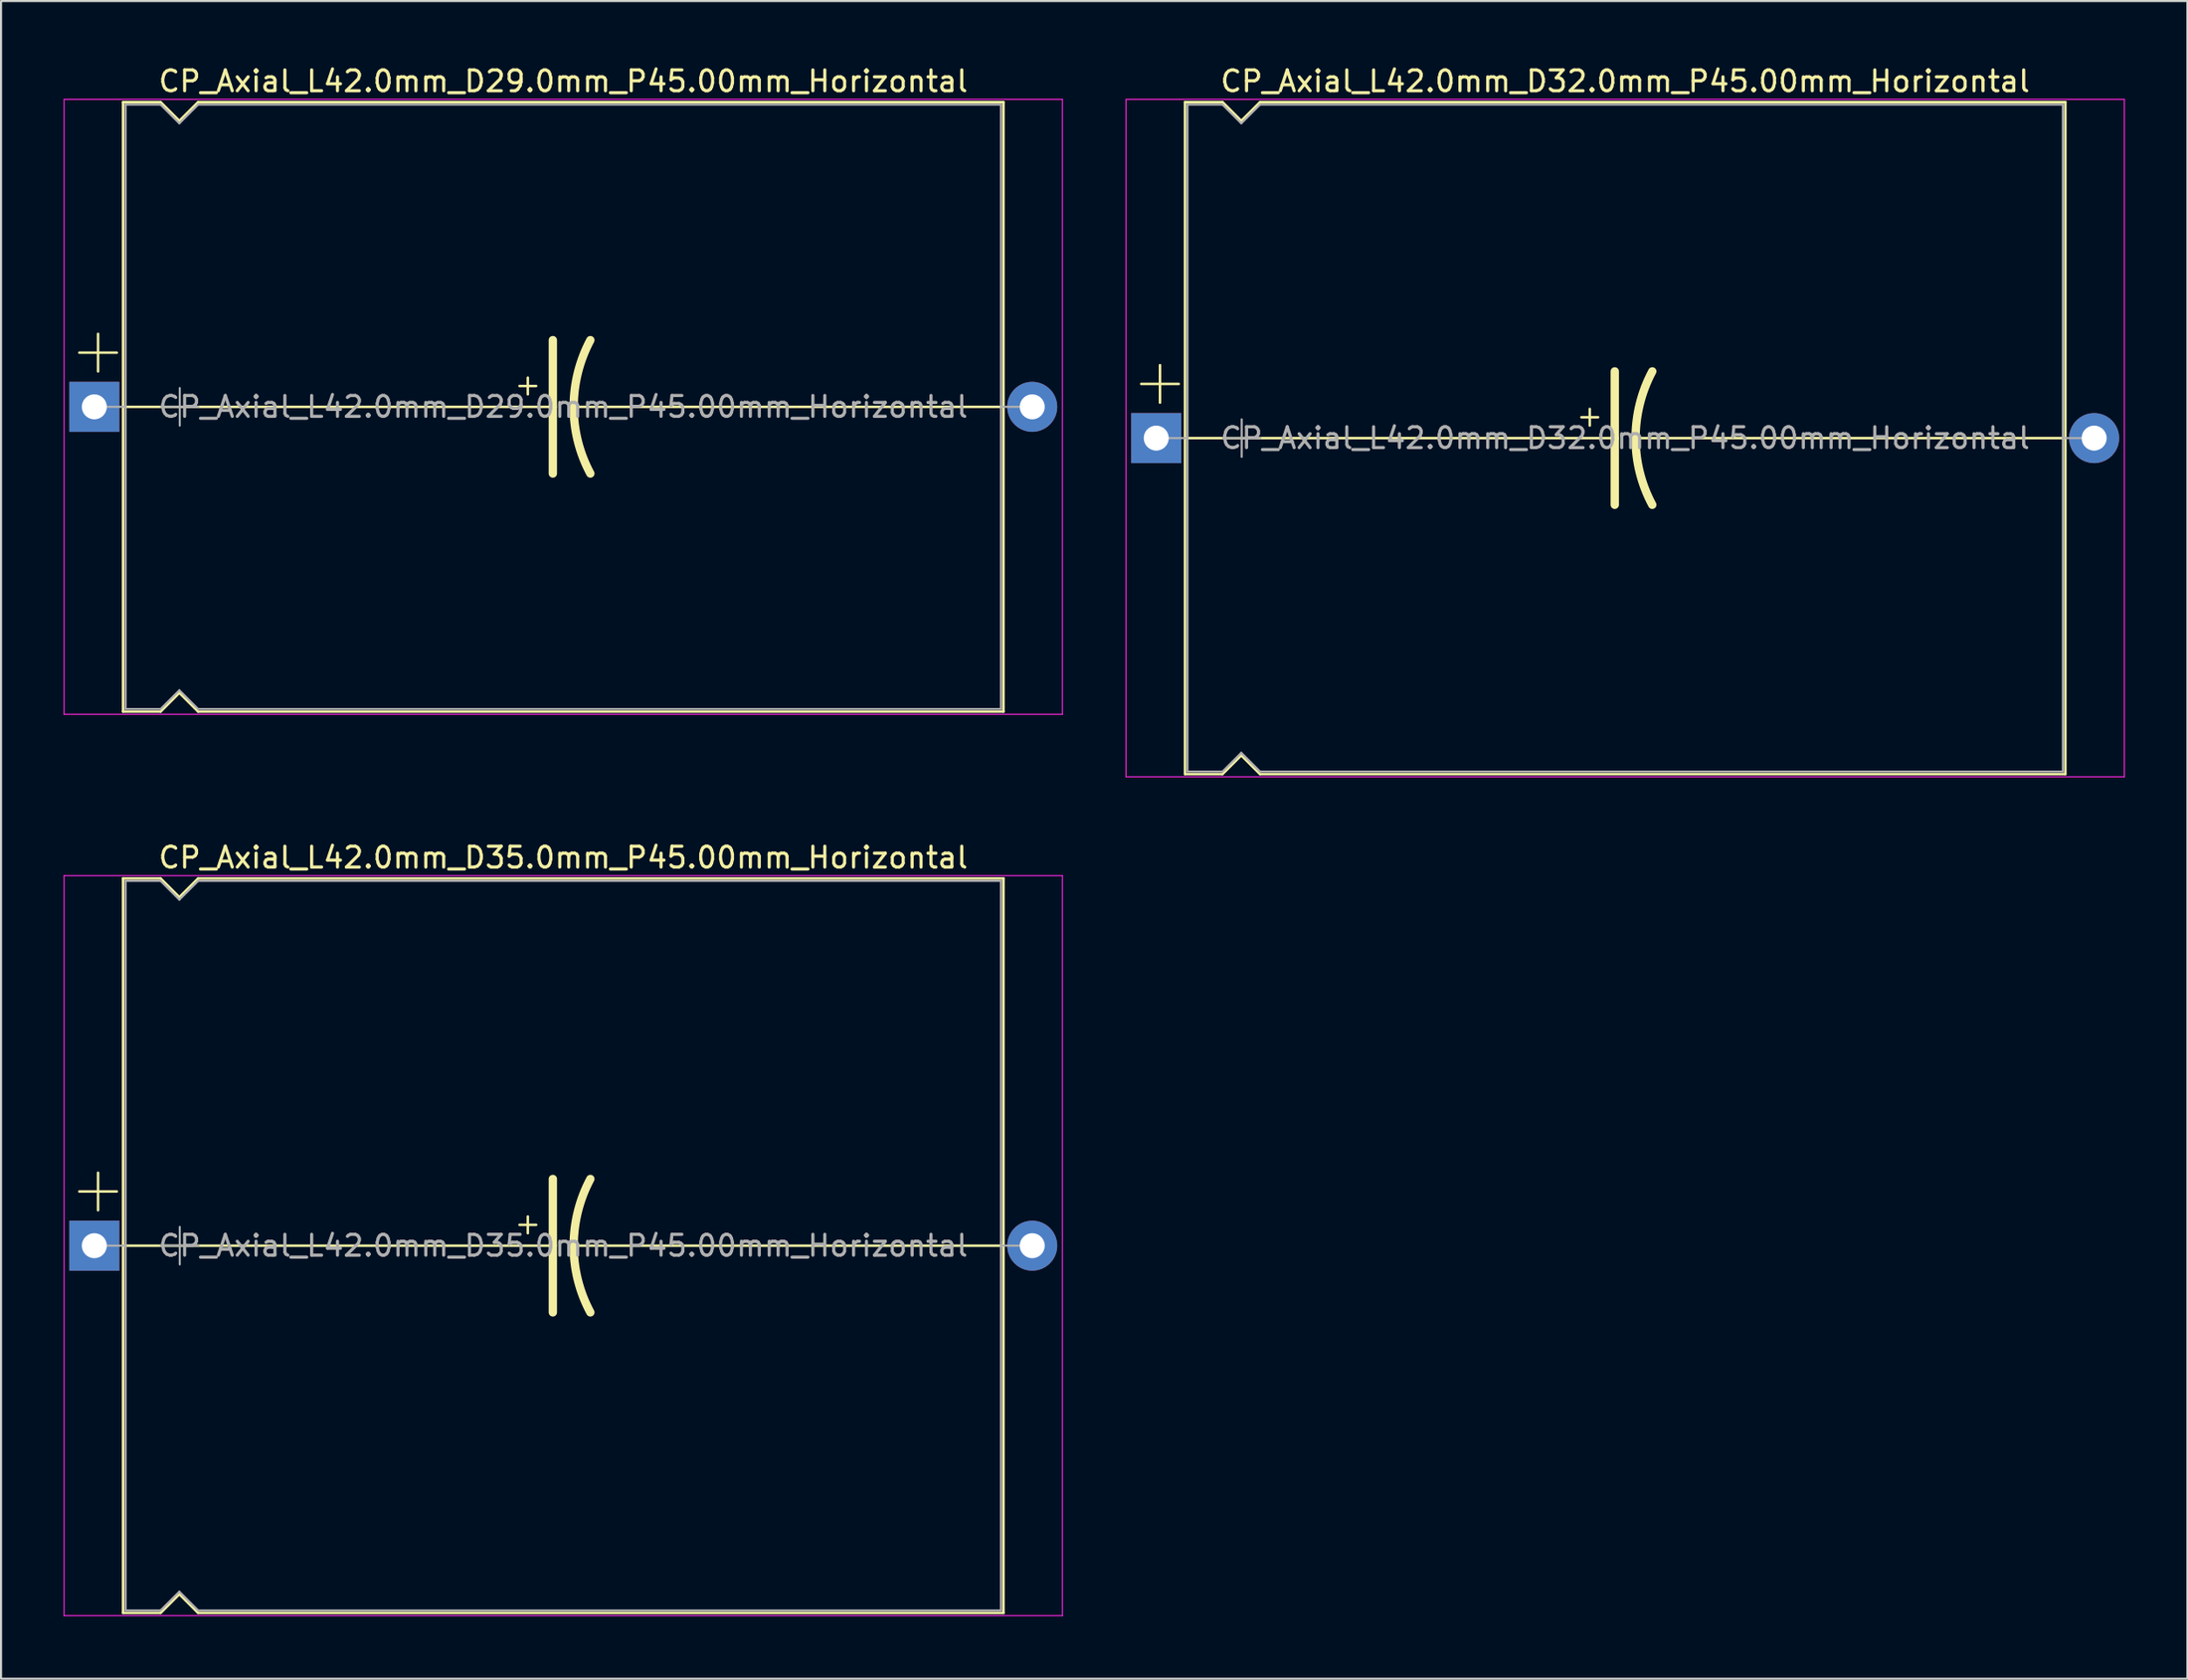
<source format=kicad_pcb>
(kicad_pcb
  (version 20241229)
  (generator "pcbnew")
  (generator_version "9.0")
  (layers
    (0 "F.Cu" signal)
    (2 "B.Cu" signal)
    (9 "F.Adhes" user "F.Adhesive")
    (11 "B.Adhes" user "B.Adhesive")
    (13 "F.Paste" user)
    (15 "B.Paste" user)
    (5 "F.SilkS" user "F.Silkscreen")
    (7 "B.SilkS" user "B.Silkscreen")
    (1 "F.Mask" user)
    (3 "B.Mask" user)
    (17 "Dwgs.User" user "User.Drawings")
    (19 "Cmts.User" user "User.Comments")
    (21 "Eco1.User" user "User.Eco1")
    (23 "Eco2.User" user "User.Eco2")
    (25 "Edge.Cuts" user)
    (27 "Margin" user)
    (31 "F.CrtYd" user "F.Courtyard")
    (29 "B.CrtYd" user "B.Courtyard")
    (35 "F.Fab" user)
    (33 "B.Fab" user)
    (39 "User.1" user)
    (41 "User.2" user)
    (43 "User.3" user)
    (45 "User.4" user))
  (footprint "CP_Axial_L42.0mm_D35.0mm_P45.00mm_Horizontal"
    (layer "F.Cu")
    (at 1.475 56.712)
    (property "Reference" "CP_Axial_L42.0mm_D35.0mm_P45.00mm_Horizontal" (at 22.5 -18.62 0) (layer "F.SilkS") (effects (font (size 1 1) (thickness 0.15))))
    (attr through_hole)
    (fp_line (start -0.72 -2.6) (end 1.08 -2.6) (stroke (width 0.12) (type solid)) (layer "F.SilkS"))
    (fp_line (start 0.18 -3.5) (end 0.18 -1.7) (stroke (width 0.12) (type solid)) (layer "F.SilkS"))
    (fp_line (start 1.38 -17.62) (end 1.38 17.62) (stroke (width 0.12) (type solid)) (layer "F.SilkS"))
    (fp_line (start 1.38 -17.62) (end 3.18 -17.62) (stroke (width 0.12) (type solid)) (layer "F.SilkS"))
    (fp_line (start 1.38 0) (end 22 0) (stroke (width 0.12) (type solid)) (layer "F.SilkS"))
    (fp_line (start 1.38 17.62) (end 3.18 17.62) (stroke (width 0.12) (type solid)) (layer "F.SilkS"))
    (fp_line (start 3.18 -17.62) (end 4.08 -16.72) (stroke (width 0.12) (type solid)) (layer "F.SilkS"))
    (fp_line (start 3.18 17.62) (end 4.08 16.72) (stroke (width 0.12) (type solid)) (layer "F.SilkS"))
    (fp_line (start 4.08 -16.72) (end 4.98 -17.62) (stroke (width 0.12) (type solid)) (layer "F.SilkS"))
    (fp_line (start 4.08 16.72) (end 4.98 17.62) (stroke (width 0.12) (type solid)) (layer "F.SilkS"))
    (fp_line (start 4.98 -17.62) (end 43.62 -17.62) (stroke (width 0.12) (type solid)) (layer "F.SilkS"))
    (fp_line (start 4.98 17.62) (end 43.62 17.62) (stroke (width 0.12) (type solid)) (layer "F.SilkS"))
    (fp_line (start 20.4 -1) (end 21.2 -1) (stroke (width 0.12) (type solid)) (layer "F.SilkS"))
    (fp_line (start 20.8 -1.4) (end 20.8 -0.6) (stroke (width 0.12) (type solid)) (layer "F.SilkS"))
    (fp_line (start 22 0) (end 22 -3.2) (stroke (width 0.4) (type solid)) (layer "F.SilkS"))
    (fp_line (start 22 0) (end 22 3.2) (stroke (width 0.4) (type solid)) (layer "F.SilkS"))
    (fp_line (start 43.62 -17.62) (end 43.62 17.62) (stroke (width 0.12) (type solid)) (layer "F.SilkS"))
    (fp_line (start 43.62 0) (end 23 0) (stroke (width 0.12) (type solid)) (layer "F.SilkS"))
    (fp_arc (start 23 0) (mid 23.203545 -1.649114) (end 23.8 -3.2) (stroke (width 0.4) (type solid)) (layer "F.SilkS"))
    (fp_arc (start 23.8 3.2) (mid 23.200709 1.649823) (end 23 0) (stroke (width 0.4) (type solid)) (layer "F.SilkS"))
    (fp_line (start -1.45 -17.75) (end -1.45 17.75) (stroke (width 0.05) (type solid)) (layer "F.CrtYd"))
    (fp_line (start -1.45 17.75) (end 46.45 17.75) (stroke (width 0.05) (type solid)) (layer "F.CrtYd"))
    (fp_line (start 46.45 -17.75) (end -1.45 -17.75) (stroke (width 0.05) (type solid)) (layer "F.CrtYd"))
    (fp_line (start 46.45 17.75) (end 46.45 -17.75) (stroke (width 0.05) (type solid)) (layer "F.CrtYd"))
    (fp_line (start 0 0) (end 1.5 0) (stroke (width 0.1) (type solid)) (layer "F.Fab"))
    (fp_line (start 1.5 -17.5) (end 1.5 17.5) (stroke (width 0.1) (type solid)) (layer "F.Fab"))
    (fp_line (start 1.5 -17.5) (end 3.18 -17.5) (stroke (width 0.1) (type solid)) (layer "F.Fab"))
    (fp_line (start 1.5 17.5) (end 3.18 17.5) (stroke (width 0.1) (type solid)) (layer "F.Fab"))
    (fp_line (start 3.18 -17.5) (end 4.08 -16.6) (stroke (width 0.1) (type solid)) (layer "F.Fab"))
    (fp_line (start 3.18 17.5) (end 4.08 16.6) (stroke (width 0.1) (type solid)) (layer "F.Fab"))
    (fp_line (start 3.2 0) (end 5 0) (stroke (width 0.1) (type solid)) (layer "F.Fab"))
    (fp_line (start 4.08 -16.6) (end 4.98 -17.5) (stroke (width 0.1) (type solid)) (layer "F.Fab"))
    (fp_line (start 4.08 16.6) (end 4.98 17.5) (stroke (width 0.1) (type solid)) (layer "F.Fab"))
    (fp_line (start 4.1 -0.9) (end 4.1 0.9) (stroke (width 0.1) (type solid)) (layer "F.Fab"))
    (fp_line (start 4.98 -17.5) (end 43.5 -17.5) (stroke (width 0.1) (type solid)) (layer "F.Fab"))
    (fp_line (start 4.98 17.5) (end 43.5 17.5) (stroke (width 0.1) (type solid)) (layer "F.Fab"))
    (fp_line (start 43.5 -17.5) (end 43.5 17.5) (stroke (width 0.1) (type solid)) (layer "F.Fab"))
    (fp_line (start 45 0) (end 43.5 0) (stroke (width 0.1) (type solid)) (layer "F.Fab"))
    (fp_text user "${REFERENCE}" (at 22.5 0 0) (layer "F.Fab") (effects (font (size 1 1) (thickness 0.15))))
    (pad "1" thru_hole rect (at 0 0) (size 2.4 2.4) (drill 1.2) (layers "*.Cu" "*.Mask"))
    (pad "2" thru_hole oval (at 45 0) (size 2.4 2.4) (drill 1.2) (layers "*.Cu" "*.Mask")))
  (footprint "CP_Axial_L42.0mm_D32.0mm_P45.00mm_Horizontal"
    (layer "F.Cu")
    (at 52.425 17.968)
    (property "Reference" "CP_Axial_L42.0mm_D32.0mm_P45.00mm_Horizontal" (at 22.5 -17.12 0) (layer "F.SilkS") (effects (font (size 1 1) (thickness 0.15))))
    (attr through_hole)
    (fp_line (start -0.72 -2.6) (end 1.08 -2.6) (stroke (width 0.12) (type solid)) (layer "F.SilkS"))
    (fp_line (start 0.18 -3.5) (end 0.18 -1.7) (stroke (width 0.12) (type solid)) (layer "F.SilkS"))
    (fp_line (start 1.38 -16.12) (end 1.38 16.12) (stroke (width 0.12) (type solid)) (layer "F.SilkS"))
    (fp_line (start 1.38 -16.12) (end 3.18 -16.12) (stroke (width 0.12) (type solid)) (layer "F.SilkS"))
    (fp_line (start 1.38 0) (end 22 0) (stroke (width 0.12) (type solid)) (layer "F.SilkS"))
    (fp_line (start 1.38 16.12) (end 3.18 16.12) (stroke (width 0.12) (type solid)) (layer "F.SilkS"))
    (fp_line (start 3.18 -16.12) (end 4.08 -15.22) (stroke (width 0.12) (type solid)) (layer "F.SilkS"))
    (fp_line (start 3.18 16.12) (end 4.08 15.22) (stroke (width 0.12) (type solid)) (layer "F.SilkS"))
    (fp_line (start 4.08 -15.22) (end 4.98 -16.12) (stroke (width 0.12) (type solid)) (layer "F.SilkS"))
    (fp_line (start 4.08 15.22) (end 4.98 16.12) (stroke (width 0.12) (type solid)) (layer "F.SilkS"))
    (fp_line (start 4.98 -16.12) (end 43.62 -16.12) (stroke (width 0.12) (type solid)) (layer "F.SilkS"))
    (fp_line (start 4.98 16.12) (end 43.62 16.12) (stroke (width 0.12) (type solid)) (layer "F.SilkS"))
    (fp_line (start 20.4 -1) (end 21.2 -1) (stroke (width 0.12) (type solid)) (layer "F.SilkS"))
    (fp_line (start 20.8 -1.4) (end 20.8 -0.6) (stroke (width 0.12) (type solid)) (layer "F.SilkS"))
    (fp_line (start 22 0) (end 22 -3.2) (stroke (width 0.4) (type solid)) (layer "F.SilkS"))
    (fp_line (start 22 0) (end 22 3.2) (stroke (width 0.4) (type solid)) (layer "F.SilkS"))
    (fp_line (start 43.62 -16.12) (end 43.62 16.12) (stroke (width 0.12) (type solid)) (layer "F.SilkS"))
    (fp_line (start 43.62 0) (end 23 0) (stroke (width 0.12) (type solid)) (layer "F.SilkS"))
    (fp_arc (start 23 0) (mid 23.203545 -1.649114) (end 23.8 -3.2) (stroke (width 0.4) (type solid)) (layer "F.SilkS"))
    (fp_arc (start 23.8 3.2) (mid 23.200709 1.649823) (end 23 0) (stroke (width 0.4) (type solid)) (layer "F.SilkS"))
    (fp_line (start -1.45 -16.25) (end -1.45 16.25) (stroke (width 0.05) (type solid)) (layer "F.CrtYd"))
    (fp_line (start -1.45 16.25) (end 46.45 16.25) (stroke (width 0.05) (type solid)) (layer "F.CrtYd"))
    (fp_line (start 46.45 -16.25) (end -1.45 -16.25) (stroke (width 0.05) (type solid)) (layer "F.CrtYd"))
    (fp_line (start 46.45 16.25) (end 46.45 -16.25) (stroke (width 0.05) (type solid)) (layer "F.CrtYd"))
    (fp_line (start 0 0) (end 1.5 0) (stroke (width 0.1) (type solid)) (layer "F.Fab"))
    (fp_line (start 1.5 -16) (end 1.5 16) (stroke (width 0.1) (type solid)) (layer "F.Fab"))
    (fp_line (start 1.5 -16) (end 3.18 -16) (stroke (width 0.1) (type solid)) (layer "F.Fab"))
    (fp_line (start 1.5 16) (end 3.18 16) (stroke (width 0.1) (type solid)) (layer "F.Fab"))
    (fp_line (start 3.18 -16) (end 4.08 -15.1) (stroke (width 0.1) (type solid)) (layer "F.Fab"))
    (fp_line (start 3.18 16) (end 4.08 15.1) (stroke (width 0.1) (type solid)) (layer "F.Fab"))
    (fp_line (start 3.2 0) (end 5 0) (stroke (width 0.1) (type solid)) (layer "F.Fab"))
    (fp_line (start 4.08 -15.1) (end 4.98 -16) (stroke (width 0.1) (type solid)) (layer "F.Fab"))
    (fp_line (start 4.08 15.1) (end 4.98 16) (stroke (width 0.1) (type solid)) (layer "F.Fab"))
    (fp_line (start 4.1 -0.9) (end 4.1 0.9) (stroke (width 0.1) (type solid)) (layer "F.Fab"))
    (fp_line (start 4.98 -16) (end 43.5 -16) (stroke (width 0.1) (type solid)) (layer "F.Fab"))
    (fp_line (start 4.98 16) (end 43.5 16) (stroke (width 0.1) (type solid)) (layer "F.Fab"))
    (fp_line (start 43.5 -16) (end 43.5 16) (stroke (width 0.1) (type solid)) (layer "F.Fab"))
    (fp_line (start 45 0) (end 43.5 0) (stroke (width 0.1) (type solid)) (layer "F.Fab"))
    (fp_text user "${REFERENCE}" (at 22.5 0 0) (layer "F.Fab") (effects (font (size 1 1) (thickness 0.15))))
    (pad "1" thru_hole rect (at 0 0) (size 2.4 2.4) (drill 1.2) (layers "*.Cu" "*.Mask"))
    (pad "2" thru_hole oval (at 45 0) (size 2.4 2.4) (drill 1.2) (layers "*.Cu" "*.Mask")))
  (footprint "CP_Axial_L42.0mm_D29.0mm_P45.00mm_Horizontal"
    (layer "F.Cu")
    (at 1.475 16.468)
    (property "Reference" "CP_Axial_L42.0mm_D29.0mm_P45.00mm_Horizontal" (at 22.5 -15.62 0) (layer "F.SilkS") (effects (font (size 1 1) (thickness 0.15))))
    (attr through_hole)
    (fp_line (start -0.72 -2.6) (end 1.08 -2.6) (stroke (width 0.12) (type solid)) (layer "F.SilkS"))
    (fp_line (start 0.18 -3.5) (end 0.18 -1.7) (stroke (width 0.12) (type solid)) (layer "F.SilkS"))
    (fp_line (start 1.38 -14.62) (end 1.38 14.62) (stroke (width 0.12) (type solid)) (layer "F.SilkS"))
    (fp_line (start 1.38 -14.62) (end 3.18 -14.62) (stroke (width 0.12) (type solid)) (layer "F.SilkS"))
    (fp_line (start 1.38 0) (end 22 0) (stroke (width 0.12) (type solid)) (layer "F.SilkS"))
    (fp_line (start 1.38 14.62) (end 3.18 14.62) (stroke (width 0.12) (type solid)) (layer "F.SilkS"))
    (fp_line (start 3.18 -14.62) (end 4.08 -13.72) (stroke (width 0.12) (type solid)) (layer "F.SilkS"))
    (fp_line (start 3.18 14.62) (end 4.08 13.72) (stroke (width 0.12) (type solid)) (layer "F.SilkS"))
    (fp_line (start 4.08 -13.72) (end 4.98 -14.62) (stroke (width 0.12) (type solid)) (layer "F.SilkS"))
    (fp_line (start 4.08 13.72) (end 4.98 14.62) (stroke (width 0.12) (type solid)) (layer "F.SilkS"))
    (fp_line (start 4.98 -14.62) (end 43.62 -14.62) (stroke (width 0.12) (type solid)) (layer "F.SilkS"))
    (fp_line (start 4.98 14.62) (end 43.62 14.62) (stroke (width 0.12) (type solid)) (layer "F.SilkS"))
    (fp_line (start 20.4 -1) (end 21.2 -1) (stroke (width 0.12) (type solid)) (layer "F.SilkS"))
    (fp_line (start 20.8 -1.4) (end 20.8 -0.6) (stroke (width 0.12) (type solid)) (layer "F.SilkS"))
    (fp_line (start 22 0) (end 22 -3.2) (stroke (width 0.4) (type solid)) (layer "F.SilkS"))
    (fp_line (start 22 0) (end 22 3.2) (stroke (width 0.4) (type solid)) (layer "F.SilkS"))
    (fp_line (start 43.62 -14.62) (end 43.62 14.62) (stroke (width 0.12) (type solid)) (layer "F.SilkS"))
    (fp_line (start 43.62 0) (end 23 0) (stroke (width 0.12) (type solid)) (layer "F.SilkS"))
    (fp_arc (start 23 0) (mid 23.203545 -1.649114) (end 23.8 -3.2) (stroke (width 0.4) (type solid)) (layer "F.SilkS"))
    (fp_arc (start 23.8 3.2) (mid 23.200709 1.649823) (end 23 0) (stroke (width 0.4) (type solid)) (layer "F.SilkS"))
    (fp_line (start -1.45 -14.75) (end -1.45 14.75) (stroke (width 0.05) (type solid)) (layer "F.CrtYd"))
    (fp_line (start -1.45 14.75) (end 46.45 14.75) (stroke (width 0.05) (type solid)) (layer "F.CrtYd"))
    (fp_line (start 46.45 -14.75) (end -1.45 -14.75) (stroke (width 0.05) (type solid)) (layer "F.CrtYd"))
    (fp_line (start 46.45 14.75) (end 46.45 -14.75) (stroke (width 0.05) (type solid)) (layer "F.CrtYd"))
    (fp_line (start 0 0) (end 1.5 0) (stroke (width 0.1) (type solid)) (layer "F.Fab"))
    (fp_line (start 1.5 -14.5) (end 1.5 14.5) (stroke (width 0.1) (type solid)) (layer "F.Fab"))
    (fp_line (start 1.5 -14.5) (end 3.18 -14.5) (stroke (width 0.1) (type solid)) (layer "F.Fab"))
    (fp_line (start 1.5 14.5) (end 3.18 14.5) (stroke (width 0.1) (type solid)) (layer "F.Fab"))
    (fp_line (start 3.18 -14.5) (end 4.08 -13.6) (stroke (width 0.1) (type solid)) (layer "F.Fab"))
    (fp_line (start 3.18 14.5) (end 4.08 13.6) (stroke (width 0.1) (type solid)) (layer "F.Fab"))
    (fp_line (start 3.2 0) (end 5 0) (stroke (width 0.1) (type solid)) (layer "F.Fab"))
    (fp_line (start 4.08 -13.6) (end 4.98 -14.5) (stroke (width 0.1) (type solid)) (layer "F.Fab"))
    (fp_line (start 4.08 13.6) (end 4.98 14.5) (stroke (width 0.1) (type solid)) (layer "F.Fab"))
    (fp_line (start 4.1 -0.9) (end 4.1 0.9) (stroke (width 0.1) (type solid)) (layer "F.Fab"))
    (fp_line (start 4.98 -14.5) (end 43.5 -14.5) (stroke (width 0.1) (type solid)) (layer "F.Fab"))
    (fp_line (start 4.98 14.5) (end 43.5 14.5) (stroke (width 0.1) (type solid)) (layer "F.Fab"))
    (fp_line (start 43.5 -14.5) (end 43.5 14.5) (stroke (width 0.1) (type solid)) (layer "F.Fab"))
    (fp_line (start 45 0) (end 43.5 0) (stroke (width 0.1) (type solid)) (layer "F.Fab"))
    (fp_text user "${REFERENCE}" (at 22.5 0 0) (layer "F.Fab") (effects (font (size 1 1) (thickness 0.15))))
    (pad "1" thru_hole rect (at 0 0) (size 2.4 2.4) (drill 1.2) (layers "*.Cu" "*.Mask"))
    (pad "2" thru_hole oval (at 45 0) (size 2.4 2.4) (drill 1.2) (layers "*.Cu" "*.Mask")))
  (gr_rect
    (start -3 -3)
    (end 101.9 77.487)
    (stroke (width 0.1) (type default))
    (fill no)
    (layer "Edge.Cuts")))
</source>
